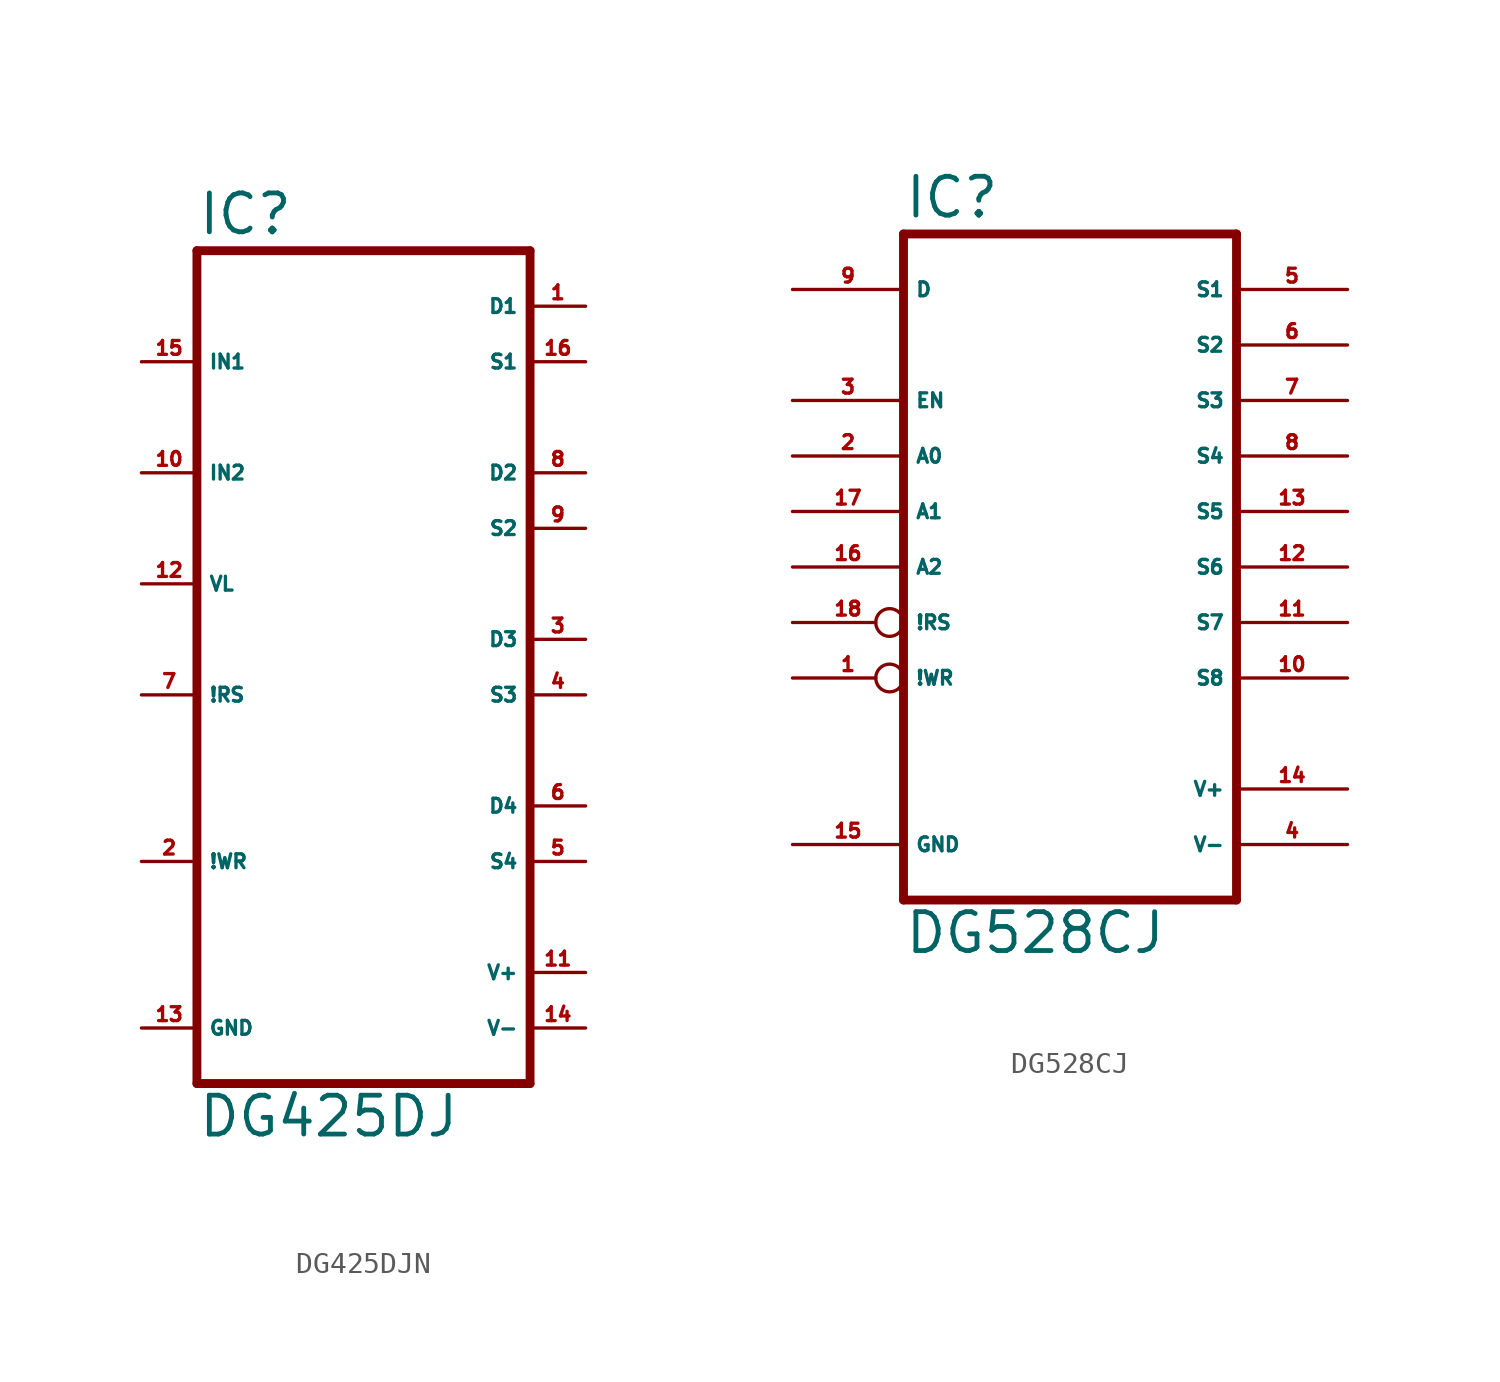
<source format=kicad_sym>
(kicad_symbol_lib
  (version 20220914)
  (generator Eagle2Kicad)
  (symbol "DG425DJN"
    (property "Reference" "IC"
      (at -7.62 18.415 0)
      (effects (font (size 1.778 1.778) (thickness 0.22)) (justify left bottom)))
    (property "Value" "DG425DJ"
      (at -7.62 -22.86 0)
      (effects (font (size 1.778 1.778) (thickness 0.22)) (justify left bottom)))
    (polyline
      (pts (xy -7.62 -20.32) (xy 7.62 -20.32))
      (stroke (width 0.406) (type default))
      (fill (type none)))
    (polyline
      (pts (xy 7.62 -20.32) (xy 7.62 17.78))
      (stroke (width 0.406) (type default))
      (fill (type none)))
    (polyline
      (pts (xy 7.62 17.78) (xy -7.62 17.78))
      (stroke (width 0.406) (type default))
      (fill (type none)))
    (polyline
      (pts (xy -7.62 17.78) (xy -7.62 -20.32))
      (stroke (width 0.406) (type default))
      (fill (type none)))
    (pin input line
      (at -10.16 12.7 0)
      (length 2.54)
      (name "IN1" (effects (font (size 0.635 0.635) (thickness 0.08)) (justify left bottom)))
      (number "15" (effects (font (size 0.635 0.635) (thickness 0.08)) (justify left bottom))))
    (pin bidirectional line
      (at 10.16 15.24 180)
      (length 2.54)
      (name "D1" (effects (font (size 0.635 0.635) (thickness 0.08)) (justify left bottom)))
      (number "1" (effects (font (size 0.635 0.635) (thickness 0.08)) (justify left bottom))))
    (pin input line
      (at -10.16 2.54 0)
      (length 2.54)
      (name "VL" (effects (font (size 0.635 0.635) (thickness 0.08)) (justify left bottom)))
      (number "12" (effects (font (size 0.635 0.635) (thickness 0.08)) (justify left bottom))))
    (pin bidirectional line
      (at 10.16 12.7 180)
      (length 2.54)
      (name "S1" (effects (font (size 0.635 0.635) (thickness 0.08)) (justify left bottom)))
      (number "16" (effects (font (size 0.635 0.635) (thickness 0.08)) (justify left bottom))))
    (pin input line
      (at -10.16 7.62 0)
      (length 2.54)
      (name "IN2" (effects (font (size 0.635 0.635) (thickness 0.08)) (justify left bottom)))
      (number "10" (effects (font (size 0.635 0.635) (thickness 0.08)) (justify left bottom))))
    (pin input line
      (at -10.16 -2.54 0)
      (length 2.54)
      (name "!RS" (effects (font (size 0.635 0.635) (thickness 0.08)) (justify left bottom)))
      (number "7" (effects (font (size 0.635 0.635) (thickness 0.08)) (justify left bottom))))
    (pin input line
      (at -10.16 -10.16 0)
      (length 2.54)
      (name "!WR" (effects (font (size 0.635 0.635) (thickness 0.08)) (justify left bottom)))
      (number "2" (effects (font (size 0.635 0.635) (thickness 0.08)) (justify left bottom))))
    (pin bidirectional line
      (at 10.16 7.62 180)
      (length 2.54)
      (name "D2" (effects (font (size 0.635 0.635) (thickness 0.08)) (justify left bottom)))
      (number "8" (effects (font (size 0.635 0.635) (thickness 0.08)) (justify left bottom))))
    (pin bidirectional line
      (at 10.16 5.08 180)
      (length 2.54)
      (name "S2" (effects (font (size 0.635 0.635) (thickness 0.08)) (justify left bottom)))
      (number "9" (effects (font (size 0.635 0.635) (thickness 0.08)) (justify left bottom))))
    (pin bidirectional line
      (at 10.16 0 180)
      (length 2.54)
      (name "D3" (effects (font (size 0.635 0.635) (thickness 0.08)) (justify left bottom)))
      (number "3" (effects (font (size 0.635 0.635) (thickness 0.08)) (justify left bottom))))
    (pin bidirectional line
      (at 10.16 -2.54 180)
      (length 2.54)
      (name "S3" (effects (font (size 0.635 0.635) (thickness 0.08)) (justify left bottom)))
      (number "4" (effects (font (size 0.635 0.635) (thickness 0.08)) (justify left bottom))))
    (pin bidirectional line
      (at 10.16 -7.62 180)
      (length 2.54)
      (name "D4" (effects (font (size 0.635 0.635) (thickness 0.08)) (justify left bottom)))
      (number "6" (effects (font (size 0.635 0.635) (thickness 0.08)) (justify left bottom))))
    (pin bidirectional line
      (at 10.16 -10.16 180)
      (length 2.54)
      (name "S4" (effects (font (size 0.635 0.635) (thickness 0.08)) (justify left bottom)))
      (number "5" (effects (font (size 0.635 0.635) (thickness 0.08)) (justify left bottom))))
    (pin unspecified line
      (at 10.16 -15.24 180)
      (length 2.54)
      (name "V+" (effects (font (size 0.635 0.635) (thickness 0.08)) (justify left bottom)))
      (number "11" (effects (font (size 0.635 0.635) (thickness 0.08)) (justify left bottom))))
    (pin unspecified line
      (at 10.16 -17.78 180)
      (length 2.54)
      (name "V-" (effects (font (size 0.635 0.635) (thickness 0.08)) (justify left bottom)))
      (number "14" (effects (font (size 0.635 0.635) (thickness 0.08)) (justify left bottom))))
    (pin unspecified line
      (at -10.16 -17.78 0)
      (length 2.54)
      (name "GND" (effects (font (size 0.635 0.635) (thickness 0.08)) (justify left bottom)))
      (number "13" (effects (font (size 0.635 0.635) (thickness 0.08)) (justify left bottom)))))
  (symbol "DG528CJ"
    (property "Reference" "IC"
      (at -7.62 15.875 0)
      (effects (font (size 1.778 1.778) (thickness 0.22)) (justify left bottom)))
    (property "Value" "DG528CJ"
      (at -7.62 -17.78 0)
      (effects (font (size 1.778 1.778) (thickness 0.22)) (justify left bottom)))
    (polyline
      (pts (xy -7.62 -15.24) (xy 7.62 -15.24))
      (stroke (width 0.406) (type default))
      (fill (type none)))
    (polyline
      (pts (xy 7.62 -15.24) (xy 7.62 15.24))
      (stroke (width 0.406) (type default))
      (fill (type none)))
    (polyline
      (pts (xy 7.62 15.24) (xy -7.62 15.24))
      (stroke (width 0.406) (type default))
      (fill (type none)))
    (polyline
      (pts (xy -7.62 15.24) (xy -7.62 -15.24))
      (stroke (width 0.406) (type default))
      (fill (type none)))
    (pin input line
      (at -12.7 12.7 0)
      (length 5.08)
      (name "D" (effects (font (size 0.635 0.635) (thickness 0.08)) (justify left bottom)))
      (number "9" (effects (font (size 0.635 0.635) (thickness 0.08)) (justify left bottom))))
    (pin output line
      (at 12.7 -5.08 180)
      (length 5.08)
      (name "S8" (effects (font (size 0.635 0.635) (thickness 0.08)) (justify left bottom)))
      (number "10" (effects (font (size 0.635 0.635) (thickness 0.08)) (justify left bottom))))
    (pin input line
      (at -12.7 5.08 0)
      (length 5.08)
      (name "A0" (effects (font (size 0.635 0.635) (thickness 0.08)) (justify left bottom)))
      (number "2" (effects (font (size 0.635 0.635) (thickness 0.08)) (justify left bottom))))
    (pin output line
      (at 12.7 12.7 180)
      (length 5.08)
      (name "S1" (effects (font (size 0.635 0.635) (thickness 0.08)) (justify left bottom)))
      (number "5" (effects (font (size 0.635 0.635) (thickness 0.08)) (justify left bottom))))
    (pin input line
      (at -12.7 7.62 0)
      (length 5.08)
      (name "EN" (effects (font (size 0.635 0.635) (thickness 0.08)) (justify left bottom)))
      (number "3" (effects (font (size 0.635 0.635) (thickness 0.08)) (justify left bottom))))
    (pin input inverted
      (at -12.7 -2.54 0)
      (length 5.08)
      (name "!RS" (effects (font (size 0.635 0.635) (thickness 0.08)) (justify left bottom)))
      (number "18" (effects (font (size 0.635 0.635) (thickness 0.08)) (justify left bottom))))
    (pin input inverted
      (at -12.7 -5.08 0)
      (length 5.08)
      (name "!WR" (effects (font (size 0.635 0.635) (thickness 0.08)) (justify left bottom)))
      (number "1" (effects (font (size 0.635 0.635) (thickness 0.08)) (justify left bottom))))
    (pin output line
      (at 12.7 0 180)
      (length 5.08)
      (name "S6" (effects (font (size 0.635 0.635) (thickness 0.08)) (justify left bottom)))
      (number "12" (effects (font (size 0.635 0.635) (thickness 0.08)) (justify left bottom))))
    (pin output line
      (at 12.7 10.16 180)
      (length 5.08)
      (name "S2" (effects (font (size 0.635 0.635) (thickness 0.08)) (justify left bottom)))
      (number "6" (effects (font (size 0.635 0.635) (thickness 0.08)) (justify left bottom))))
    (pin output line
      (at 12.7 2.54 180)
      (length 5.08)
      (name "S5" (effects (font (size 0.635 0.635) (thickness 0.08)) (justify left bottom)))
      (number "13" (effects (font (size 0.635 0.635) (thickness 0.08)) (justify left bottom))))
    (pin output line
      (at 12.7 7.62 180)
      (length 5.08)
      (name "S3" (effects (font (size 0.635 0.635) (thickness 0.08)) (justify left bottom)))
      (number "7" (effects (font (size 0.635 0.635) (thickness 0.08)) (justify left bottom))))
    (pin output line
      (at 12.7 -2.54 180)
      (length 5.08)
      (name "S7" (effects (font (size 0.635 0.635) (thickness 0.08)) (justify left bottom)))
      (number "11" (effects (font (size 0.635 0.635) (thickness 0.08)) (justify left bottom))))
    (pin output line
      (at 12.7 5.08 180)
      (length 5.08)
      (name "S4" (effects (font (size 0.635 0.635) (thickness 0.08)) (justify left bottom)))
      (number "8" (effects (font (size 0.635 0.635) (thickness 0.08)) (justify left bottom))))
    (pin input line
      (at -12.7 0 0)
      (length 5.08)
      (name "A2" (effects (font (size 0.635 0.635) (thickness 0.08)) (justify left bottom)))
      (number "16" (effects (font (size 0.635 0.635) (thickness 0.08)) (justify left bottom))))
    (pin input line
      (at -12.7 2.54 0)
      (length 5.08)
      (name "A1" (effects (font (size 0.635 0.635) (thickness 0.08)) (justify left bottom)))
      (number "17" (effects (font (size 0.635 0.635) (thickness 0.08)) (justify left bottom))))
    (pin unspecified line
      (at 12.7 -10.16 180)
      (length 5.08)
      (name "V+" (effects (font (size 0.635 0.635) (thickness 0.08)) (justify left bottom)))
      (number "14" (effects (font (size 0.635 0.635) (thickness 0.08)) (justify left bottom))))
    (pin unspecified line
      (at 12.7 -12.7 180)
      (length 5.08)
      (name "V-" (effects (font (size 0.635 0.635) (thickness 0.08)) (justify left bottom)))
      (number "4" (effects (font (size 0.635 0.635) (thickness 0.08)) (justify left bottom))))
    (pin unspecified line
      (at -12.7 -12.7 0)
      (length 5.08)
      (name "GND" (effects (font (size 0.635 0.635) (thickness 0.08)) (justify left bottom)))
      (number "15" (effects (font (size 0.635 0.635) (thickness 0.08)) (justify left bottom))))))
</source>
